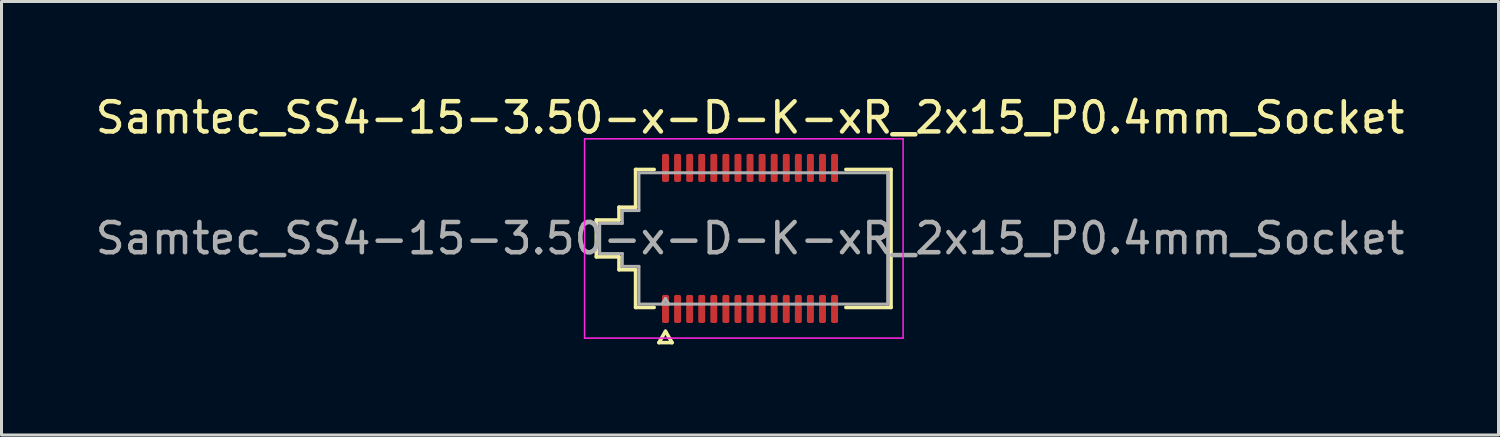
<source format=kicad_pcb>
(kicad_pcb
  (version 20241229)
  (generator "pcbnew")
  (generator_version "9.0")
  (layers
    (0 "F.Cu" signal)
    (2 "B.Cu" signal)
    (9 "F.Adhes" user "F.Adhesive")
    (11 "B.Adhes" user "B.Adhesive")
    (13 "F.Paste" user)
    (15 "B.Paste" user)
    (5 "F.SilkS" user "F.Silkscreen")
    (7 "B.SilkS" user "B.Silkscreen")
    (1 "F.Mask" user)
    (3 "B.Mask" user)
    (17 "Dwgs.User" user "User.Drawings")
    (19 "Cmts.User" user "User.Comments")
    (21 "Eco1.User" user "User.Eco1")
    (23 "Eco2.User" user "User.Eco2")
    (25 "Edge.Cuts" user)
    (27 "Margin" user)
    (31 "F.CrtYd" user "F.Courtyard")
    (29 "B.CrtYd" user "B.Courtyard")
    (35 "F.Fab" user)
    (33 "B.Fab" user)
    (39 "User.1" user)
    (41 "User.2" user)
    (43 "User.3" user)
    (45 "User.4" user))
  (footprint "Samtec_SS4-15-3.50-x-D-K-xR_2x15_P0.4mm_Socket"
    (layer "F.Cu")
    (at 21.792 4.848)
    (property "Reference" "Samtec_SS4-15-3.50-x-D-K-xR_2x15_P0.4mm_Socket" (at 0 -4 0) (layer "F.SilkS") (effects (font (size 1 1) (thickness 0.15))))
    (attr smd)
    (fp_line (start -5.09 -0.61) (end -4.34 -0.61) (stroke (width 0.12) (type solid)) (layer "F.SilkS"))
    (fp_line (start -5.09 0.61) (end -5.09 -0.61) (stroke (width 0.12) (type solid)) (layer "F.SilkS"))
    (fp_line (start -4.34 -1.035) (end -3.79 -1.035) (stroke (width 0.12) (type solid)) (layer "F.SilkS"))
    (fp_line (start -4.34 -0.61) (end -4.34 -1.035) (stroke (width 0.12) (type solid)) (layer "F.SilkS"))
    (fp_line (start -4.34 0.61) (end -5.09 0.61) (stroke (width 0.12) (type solid)) (layer "F.SilkS"))
    (fp_line (start -4.34 1.035) (end -4.34 0.61) (stroke (width 0.12) (type solid)) (layer "F.SilkS"))
    (fp_line (start -3.79 -2.285) (end -3.175 -2.285) (stroke (width 0.12) (type solid)) (layer "F.SilkS"))
    (fp_line (start -3.79 -1.035) (end -3.79 -2.285) (stroke (width 0.12) (type solid)) (layer "F.SilkS"))
    (fp_line (start -3.79 1.035) (end -4.34 1.035) (stroke (width 0.12) (type solid)) (layer "F.SilkS"))
    (fp_line (start -3.79 2.285) (end -3.79 1.035) (stroke (width 0.12) (type solid)) (layer "F.SilkS"))
    (fp_line (start -3.175 2.285) (end -3.79 2.285) (stroke (width 0.12) (type solid)) (layer "F.SilkS"))
    (fp_line (start -3.017 3.45) (end -2.8 3.075) (stroke (width 0.12) (type solid)) (layer "F.SilkS"))
    (fp_line (start -2.8 3.075) (end -2.583 3.45) (stroke (width 0.12) (type solid)) (layer "F.SilkS"))
    (fp_line (start -2.583 3.45) (end -3.017 3.45) (stroke (width 0.12) (type solid)) (layer "F.SilkS"))
    (fp_line (start 3.175 -2.285) (end 4.67 -2.285) (stroke (width 0.12) (type solid)) (layer "F.SilkS"))
    (fp_line (start 4.67 -2.285) (end 4.67 2.285) (stroke (width 0.12) (type solid)) (layer "F.SilkS"))
    (fp_line (start 4.67 2.285) (end 3.175 2.285) (stroke (width 0.12) (type solid)) (layer "F.SilkS"))
    (fp_line (start -5.48 -3.3) (end -5.48 3.3) (stroke (width 0.05) (type solid)) (layer "F.CrtYd"))
    (fp_line (start -5.48 3.3) (end 5.07 3.3) (stroke (width 0.05) (type solid)) (layer "F.CrtYd"))
    (fp_line (start 5.07 -3.3) (end -5.48 -3.3) (stroke (width 0.05) (type solid)) (layer "F.CrtYd"))
    (fp_line (start 5.07 3.3) (end 5.07 -3.3) (stroke (width 0.05) (type solid)) (layer "F.CrtYd"))
    (fp_line (start -4.98 -0.5) (end -4.23 -0.5) (stroke (width 0.1) (type solid)) (layer "F.Fab"))
    (fp_line (start -4.98 0.5) (end -4.98 -0.5) (stroke (width 0.1) (type solid)) (layer "F.Fab"))
    (fp_line (start -4.23 -0.925) (end -3.68 -0.925) (stroke (width 0.1) (type solid)) (layer "F.Fab"))
    (fp_line (start -4.23 -0.5) (end -4.23 -0.925) (stroke (width 0.1) (type solid)) (layer "F.Fab"))
    (fp_line (start -4.23 0.5) (end -4.98 0.5) (stroke (width 0.1) (type solid)) (layer "F.Fab"))
    (fp_line (start -4.23 0.925) (end -4.23 0.5) (stroke (width 0.1) (type solid)) (layer "F.Fab"))
    (fp_line (start -3.68 -2.175) (end -2.8 -2.175) (stroke (width 0.1) (type solid)) (layer "F.Fab"))
    (fp_line (start -3.68 -0.925) (end -3.68 -2.175) (stroke (width 0.1) (type solid)) (layer "F.Fab"))
    (fp_line (start -3.68 0.925) (end -4.23 0.925) (stroke (width 0.1) (type solid)) (layer "F.Fab"))
    (fp_line (start -3.68 2.175) (end -3.68 0.925) (stroke (width 0.1) (type solid)) (layer "F.Fab"))
    (fp_line (start -2.8 -2.175) (end 2.8 -2.175) (stroke (width 0.1) (type solid)) (layer "F.Fab"))
    (fp_line (start -2.8 1.991) (end -2.915 2.175) (stroke (width 0.1) (type solid)) (layer "F.Fab"))
    (fp_line (start -2.8 1.991) (end -2.685 2.175) (stroke (width 0.1) (type solid)) (layer "F.Fab"))
    (fp_line (start -2.8 2.175) (end -3.68 2.175) (stroke (width 0.1) (type solid)) (layer "F.Fab"))
    (fp_line (start 2.8 -2.175) (end 4.56 -2.175) (stroke (width 0.1) (type solid)) (layer "F.Fab"))
    (fp_line (start 2.8 2.175) (end -2.8 2.175) (stroke (width 0.1) (type solid)) (layer "F.Fab"))
    (fp_line (start 4.56 -2.175) (end 4.56 2.175) (stroke (width 0.1) (type solid)) (layer "F.Fab"))
    (fp_line (start 4.56 2.175) (end 2.8 2.175) (stroke (width 0.1) (type solid)) (layer "F.Fab"))
    (fp_text user "${REFERENCE}" (at 0 0 0) (layer "F.Fab") (effects (font (size 1 1) (thickness 0.15))))
    (pad "1" smd roundrect (at -2.8 2.335) (size 0.23 0.93) (layers "F.Cu" "F.Mask" "F.Paste") (roundrect_rratio 0.25))
    (pad "2" smd roundrect (at -2.8 -2.335) (size 0.23 0.93) (layers "F.Cu" "F.Mask" "F.Paste") (roundrect_rratio 0.25))
    (pad "3" smd roundrect (at -2.4 2.335) (size 0.23 0.93) (layers "F.Cu" "F.Mask" "F.Paste") (roundrect_rratio 0.25))
    (pad "4" smd roundrect (at -2.4 -2.335) (size 0.23 0.93) (layers "F.Cu" "F.Mask" "F.Paste") (roundrect_rratio 0.25))
    (pad "5" smd roundrect (at -2 2.335) (size 0.23 0.93) (layers "F.Cu" "F.Mask" "F.Paste") (roundrect_rratio 0.25))
    (pad "6" smd roundrect (at -2 -2.335) (size 0.23 0.93) (layers "F.Cu" "F.Mask" "F.Paste") (roundrect_rratio 0.25))
    (pad "7" smd roundrect (at -1.6 2.335) (size 0.23 0.93) (layers "F.Cu" "F.Mask" "F.Paste") (roundrect_rratio 0.25))
    (pad "8" smd roundrect (at -1.6 -2.335) (size 0.23 0.93) (layers "F.Cu" "F.Mask" "F.Paste") (roundrect_rratio 0.25))
    (pad "9" smd roundrect (at -1.2 2.335) (size 0.23 0.93) (layers "F.Cu" "F.Mask" "F.Paste") (roundrect_rratio 0.25))
    (pad "10" smd roundrect (at -1.2 -2.335) (size 0.23 0.93) (layers "F.Cu" "F.Mask" "F.Paste") (roundrect_rratio 0.25))
    (pad "11" smd roundrect (at -0.8 2.335) (size 0.23 0.93) (layers "F.Cu" "F.Mask" "F.Paste") (roundrect_rratio 0.25))
    (pad "12" smd roundrect (at -0.8 -2.335) (size 0.23 0.93) (layers "F.Cu" "F.Mask" "F.Paste") (roundrect_rratio 0.25))
    (pad "13" smd roundrect (at -0.4 2.335) (size 0.23 0.93) (layers "F.Cu" "F.Mask" "F.Paste") (roundrect_rratio 0.25))
    (pad "14" smd roundrect (at -0.4 -2.335) (size 0.23 0.93) (layers "F.Cu" "F.Mask" "F.Paste") (roundrect_rratio 0.25))
    (pad "15" smd roundrect (at 0 2.335) (size 0.23 0.93) (layers "F.Cu" "F.Mask" "F.Paste") (roundrect_rratio 0.25))
    (pad "16" smd roundrect (at 0 -2.335) (size 0.23 0.93) (layers "F.Cu" "F.Mask" "F.Paste") (roundrect_rratio 0.25))
    (pad "17" smd roundrect (at 0.4 2.335) (size 0.23 0.93) (layers "F.Cu" "F.Mask" "F.Paste") (roundrect_rratio 0.25))
    (pad "18" smd roundrect (at 0.4 -2.335) (size 0.23 0.93) (layers "F.Cu" "F.Mask" "F.Paste") (roundrect_rratio 0.25))
    (pad "19" smd roundrect (at 0.8 2.335) (size 0.23 0.93) (layers "F.Cu" "F.Mask" "F.Paste") (roundrect_rratio 0.25))
    (pad "20" smd roundrect (at 0.8 -2.335) (size 0.23 0.93) (layers "F.Cu" "F.Mask" "F.Paste") (roundrect_rratio 0.25))
    (pad "21" smd roundrect (at 1.2 2.335) (size 0.23 0.93) (layers "F.Cu" "F.Mask" "F.Paste") (roundrect_rratio 0.25))
    (pad "22" smd roundrect (at 1.2 -2.335) (size 0.23 0.93) (layers "F.Cu" "F.Mask" "F.Paste") (roundrect_rratio 0.25))
    (pad "23" smd roundrect (at 1.6 2.335) (size 0.23 0.93) (layers "F.Cu" "F.Mask" "F.Paste") (roundrect_rratio 0.25))
    (pad "24" smd roundrect (at 1.6 -2.335) (size 0.23 0.93) (layers "F.Cu" "F.Mask" "F.Paste") (roundrect_rratio 0.25))
    (pad "25" smd roundrect (at 2 2.335) (size 0.23 0.93) (layers "F.Cu" "F.Mask" "F.Paste") (roundrect_rratio 0.25))
    (pad "26" smd roundrect (at 2 -2.335) (size 0.23 0.93) (layers "F.Cu" "F.Mask" "F.Paste") (roundrect_rratio 0.25))
    (pad "27" smd roundrect (at 2.4 2.335) (size 0.23 0.93) (layers "F.Cu" "F.Mask" "F.Paste") (roundrect_rratio 0.25))
    (pad "28" smd roundrect (at 2.4 -2.335) (size 0.23 0.93) (layers "F.Cu" "F.Mask" "F.Paste") (roundrect_rratio 0.25))
    (pad "29" smd roundrect (at 2.8 2.335) (size 0.23 0.93) (layers "F.Cu" "F.Mask" "F.Paste") (roundrect_rratio 0.25))
    (pad "30" smd roundrect (at 2.8 -2.335) (size 0.23 0.93) (layers "F.Cu" "F.Mask" "F.Paste") (roundrect_rratio 0.25)))
  (gr_rect
    (start -3 -3)
    (end 46.583 11.358)
    (stroke (width 0.1) (type default))
    (fill no)
    (layer "Edge.Cuts")))
</source>
